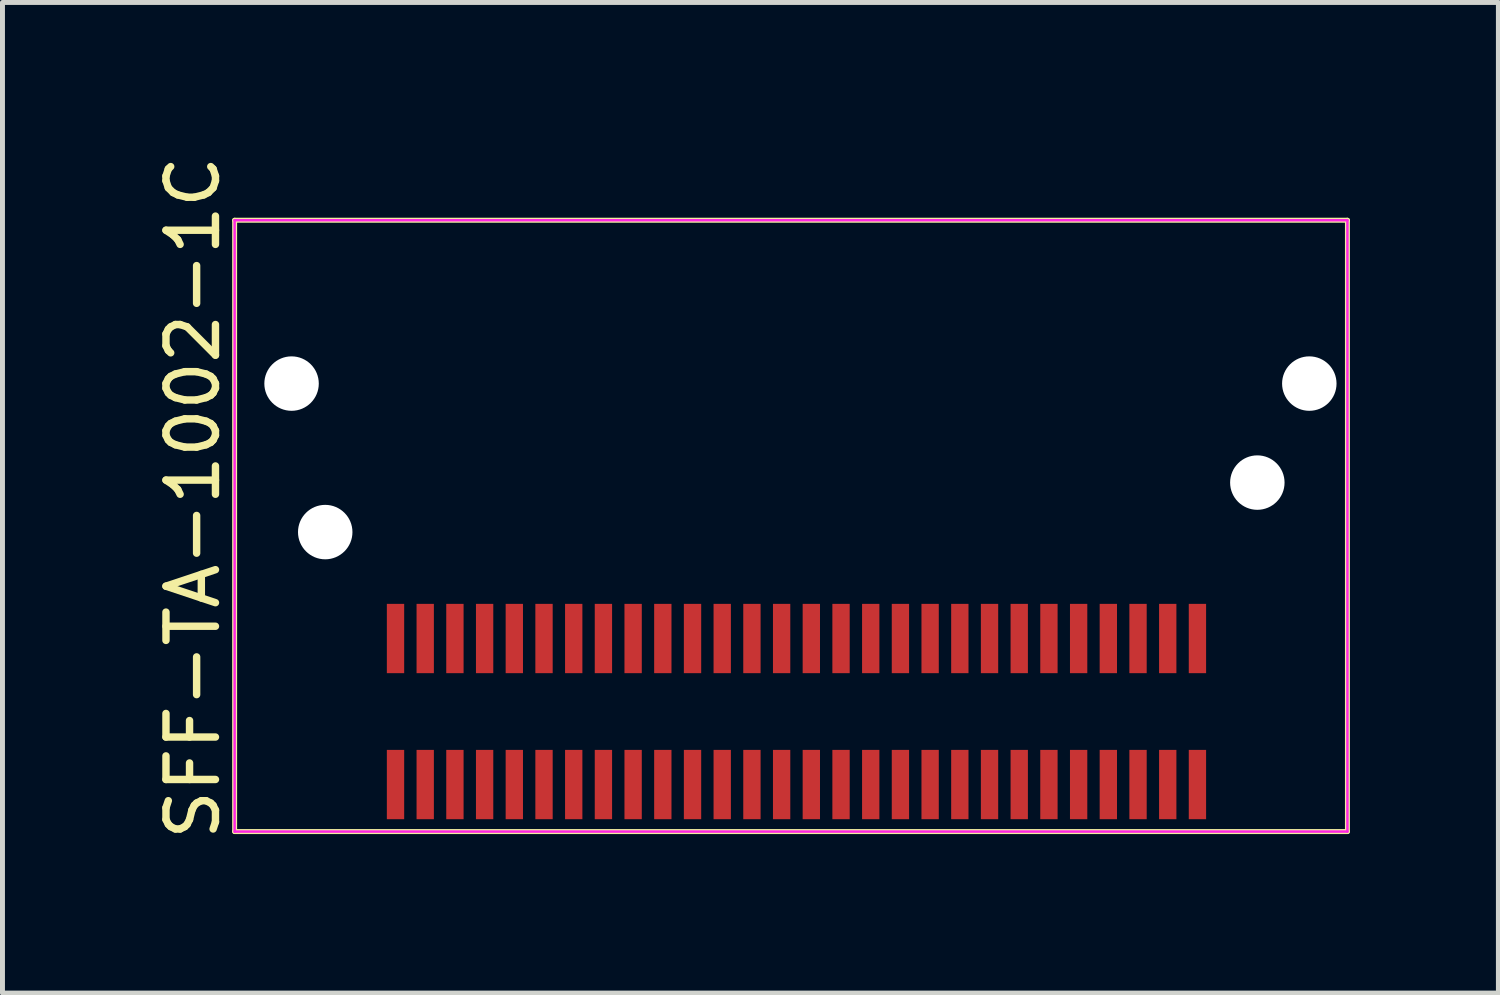
<source format=kicad_pcb>
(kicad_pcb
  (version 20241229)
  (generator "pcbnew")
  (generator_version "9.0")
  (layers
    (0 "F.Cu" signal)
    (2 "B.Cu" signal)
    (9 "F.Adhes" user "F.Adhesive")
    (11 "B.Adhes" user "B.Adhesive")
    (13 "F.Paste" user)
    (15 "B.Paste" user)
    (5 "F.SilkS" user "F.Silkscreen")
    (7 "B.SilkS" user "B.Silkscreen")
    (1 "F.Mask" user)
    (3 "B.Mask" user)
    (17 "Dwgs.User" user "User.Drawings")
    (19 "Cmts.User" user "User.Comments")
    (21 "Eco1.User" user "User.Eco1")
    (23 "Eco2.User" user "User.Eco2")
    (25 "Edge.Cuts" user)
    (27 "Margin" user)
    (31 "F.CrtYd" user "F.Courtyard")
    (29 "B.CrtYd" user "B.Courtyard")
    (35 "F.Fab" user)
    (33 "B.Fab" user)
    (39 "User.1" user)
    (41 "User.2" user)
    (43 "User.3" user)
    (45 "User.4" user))
  (footprint "SFF-TA-1002-1C"
    (layer "F.Cu")
    (at 13.04 11.324)
    (property "Reference" "SFF-TA-1002-1C" (at -12.192 -4.318 90) (layer "F.SilkS") (effects (font (size 1 1) (thickness 0.15))))
    (attr smd)
    (fp_line (start -11.35 -9.925) (end 11.13 -9.925) (stroke (width 0.1) (type solid)) (layer "F.SilkS"))
    (fp_line (start -11.35 2.425) (end -11.35 -9.925) (stroke (width 0.1) (type solid)) (layer "F.SilkS"))
    (fp_line (start 11.13 -9.925) (end 11.13 2.425) (stroke (width 0.1) (type solid)) (layer "F.SilkS"))
    (fp_line (start 11.13 2.425) (end -11.35 2.425) (stroke (width 0.1) (type solid)) (layer "F.SilkS"))
    (fp_line (start -11.35 -9.925) (end 11.13 -9.925) (stroke (width 0.05) (type solid)) (layer "F.CrtYd"))
    (fp_line (start -11.35 2.425) (end -11.35 -9.925) (stroke (width 0.05) (type solid)) (layer "F.CrtYd"))
    (fp_line (start 11.13 -9.925) (end 11.13 2.425) (stroke (width 0.05) (type solid)) (layer "F.CrtYd"))
    (fp_line (start 11.13 2.425) (end -11.35 2.425) (stroke (width 0.05) (type solid)) (layer "F.CrtYd"))
    (pad "" np_thru_hole circle (at -10.2 -6.625) (size 1.1 1.1) (drill 1.1) (layers "*.Cu" "*.Mask"))
    (pad "" np_thru_hole circle (at -9.52 -3.625) (size 1.1 1.1) (drill 1.1) (layers "*.Cu" "*.Mask"))
    (pad "" np_thru_hole circle (at 9.31 -4.625) (size 1.1 1.1) (drill 1.1) (layers "*.Cu" "*.Mask"))
    (pad "" np_thru_hole circle (at 10.36 -6.625) (size 1.1 1.1) (drill 1.1) (layers "*.Cu" "*.Mask"))
    (pad "A1" smd rect (at -8.1 -1.475) (size 0.35 1.4) (layers "F.Cu" "F.Mask" "F.Paste"))
    (pad "A2" smd rect (at -7.5 -1.475) (size 0.35 1.4) (layers "F.Cu" "F.Mask" "F.Paste"))
    (pad "A3" smd rect (at -6.9 -1.475) (size 0.35 1.4) (layers "F.Cu" "F.Mask" "F.Paste"))
    (pad "A4" smd rect (at -6.3 -1.475) (size 0.35 1.4) (layers "F.Cu" "F.Mask" "F.Paste"))
    (pad "A5" smd rect (at -5.7 -1.475) (size 0.35 1.4) (layers "F.Cu" "F.Mask" "F.Paste"))
    (pad "A6" smd rect (at -5.1 -1.475) (size 0.35 1.4) (layers "F.Cu" "F.Mask" "F.Paste"))
    (pad "A7" smd rect (at -4.5 -1.475) (size 0.35 1.4) (layers "F.Cu" "F.Mask" "F.Paste"))
    (pad "A8" smd rect (at -3.9 -1.475) (size 0.35 1.4) (layers "F.Cu" "F.Mask" "F.Paste"))
    (pad "A9" smd rect (at -3.3 -1.475) (size 0.35 1.4) (layers "F.Cu" "F.Mask" "F.Paste"))
    (pad "A10" smd rect (at -2.7 -1.475) (size 0.35 1.4) (layers "F.Cu" "F.Mask" "F.Paste"))
    (pad "A11" smd rect (at -2.1 -1.475) (size 0.35 1.4) (layers "F.Cu" "F.Mask" "F.Paste"))
    (pad "A12" smd rect (at -1.5 -1.475) (size 0.35 1.4) (layers "F.Cu" "F.Mask" "F.Paste"))
    (pad "A13" smd rect (at -0.9 -1.475) (size 0.35 1.4) (layers "F.Cu" "F.Mask" "F.Paste"))
    (pad "A14" smd rect (at -0.3 -1.475) (size 0.35 1.4) (layers "F.Cu" "F.Mask" "F.Paste"))
    (pad "A15" smd rect (at 0.3 -1.475) (size 0.35 1.4) (layers "F.Cu" "F.Mask" "F.Paste"))
    (pad "A16" smd rect (at 0.9 -1.475) (size 0.35 1.4) (layers "F.Cu" "F.Mask" "F.Paste"))
    (pad "A17" smd rect (at 1.5 -1.475) (size 0.35 1.4) (layers "F.Cu" "F.Mask" "F.Paste"))
    (pad "A18" smd rect (at 2.1 -1.475) (size 0.35 1.4) (layers "F.Cu" "F.Mask" "F.Paste"))
    (pad "A19" smd rect (at 2.7 -1.475) (size 0.35 1.4) (layers "F.Cu" "F.Mask" "F.Paste"))
    (pad "A20" smd rect (at 3.3 -1.475) (size 0.35 1.4) (layers "F.Cu" "F.Mask" "F.Paste"))
    (pad "A21" smd rect (at 3.9 -1.475) (size 0.35 1.4) (layers "F.Cu" "F.Mask" "F.Paste"))
    (pad "A22" smd rect (at 4.5 -1.475) (size 0.35 1.4) (layers "F.Cu" "F.Mask" "F.Paste"))
    (pad "A23" smd rect (at 5.1 -1.475) (size 0.35 1.4) (layers "F.Cu" "F.Mask" "F.Paste"))
    (pad "A24" smd rect (at 5.7 -1.475) (size 0.35 1.4) (layers "F.Cu" "F.Mask" "F.Paste"))
    (pad "A25" smd rect (at 6.3 -1.475) (size 0.35 1.4) (layers "F.Cu" "F.Mask" "F.Paste"))
    (pad "A26" smd rect (at 6.9 -1.475) (size 0.35 1.4) (layers "F.Cu" "F.Mask" "F.Paste"))
    (pad "A27" smd rect (at 7.5 -1.475) (size 0.35 1.4) (layers "F.Cu" "F.Mask" "F.Paste"))
    (pad "A28" smd rect (at 8.1 -1.475) (size 0.35 1.4) (layers "F.Cu" "F.Mask" "F.Paste"))
    (pad "B1" smd rect (at -8.1 1.475) (size 0.35 1.4) (layers "F.Cu" "F.Mask" "F.Paste"))
    (pad "B2" smd rect (at -7.5 1.475) (size 0.35 1.4) (layers "F.Cu" "F.Mask" "F.Paste"))
    (pad "B3" smd rect (at -6.9 1.475) (size 0.35 1.4) (layers "F.Cu" "F.Mask" "F.Paste"))
    (pad "B4" smd rect (at -6.3 1.475) (size 0.35 1.4) (layers "F.Cu" "F.Mask" "F.Paste"))
    (pad "B5" smd rect (at -5.7 1.475) (size 0.35 1.4) (layers "F.Cu" "F.Mask" "F.Paste"))
    (pad "B6" smd rect (at -5.1 1.475) (size 0.35 1.4) (layers "F.Cu" "F.Mask" "F.Paste"))
    (pad "B7" smd rect (at -4.5 1.475) (size 0.35 1.4) (layers "F.Cu" "F.Mask" "F.Paste"))
    (pad "B8" smd rect (at -3.9 1.475) (size 0.35 1.4) (layers "F.Cu" "F.Mask" "F.Paste"))
    (pad "B9" smd rect (at -3.3 1.475) (size 0.35 1.4) (layers "F.Cu" "F.Mask" "F.Paste"))
    (pad "B10" smd rect (at -2.7 1.475) (size 0.35 1.4) (layers "F.Cu" "F.Mask" "F.Paste"))
    (pad "B11" smd rect (at -2.1 1.475) (size 0.35 1.4) (layers "F.Cu" "F.Mask" "F.Paste"))
    (pad "B12" smd rect (at -1.5 1.475) (size 0.35 1.4) (layers "F.Cu" "F.Mask" "F.Paste"))
    (pad "B13" smd rect (at -0.9 1.475) (size 0.35 1.4) (layers "F.Cu" "F.Mask" "F.Paste"))
    (pad "B14" smd rect (at -0.3 1.475) (size 0.35 1.4) (layers "F.Cu" "F.Mask" "F.Paste"))
    (pad "B15" smd rect (at 0.3 1.475) (size 0.35 1.4) (layers "F.Cu" "F.Mask" "F.Paste"))
    (pad "B16" smd rect (at 0.9 1.475) (size 0.35 1.4) (layers "F.Cu" "F.Mask" "F.Paste"))
    (pad "B17" smd rect (at 1.5 1.475) (size 0.35 1.4) (layers "F.Cu" "F.Mask" "F.Paste"))
    (pad "B18" smd rect (at 2.1 1.475) (size 0.35 1.4) (layers "F.Cu" "F.Mask" "F.Paste"))
    (pad "B19" smd rect (at 2.7 1.475) (size 0.35 1.4) (layers "F.Cu" "F.Mask" "F.Paste"))
    (pad "B20" smd rect (at 3.3 1.475) (size 0.35 1.4) (layers "F.Cu" "F.Mask" "F.Paste"))
    (pad "B21" smd rect (at 3.9 1.475) (size 0.35 1.4) (layers "F.Cu" "F.Mask" "F.Paste"))
    (pad "B22" smd rect (at 4.5 1.475) (size 0.35 1.4) (layers "F.Cu" "F.Mask" "F.Paste"))
    (pad "B23" smd rect (at 5.1 1.475) (size 0.35 1.4) (layers "F.Cu" "F.Mask" "F.Paste"))
    (pad "B24" smd rect (at 5.7 1.475) (size 0.35 1.4) (layers "F.Cu" "F.Mask" "F.Paste"))
    (pad "B25" smd rect (at 6.3 1.475) (size 0.35 1.4) (layers "F.Cu" "F.Mask" "F.Paste"))
    (pad "B26" smd rect (at 6.9 1.475) (size 0.35 1.4) (layers "F.Cu" "F.Mask" "F.Paste"))
    (pad "B27" smd rect (at 7.5 1.475) (size 0.35 1.4) (layers "F.Cu" "F.Mask" "F.Paste"))
    (pad "B28" smd rect (at 8.1 1.475) (size 0.35 1.4) (layers "F.Cu" "F.Mask" "F.Paste")))
  (gr_rect
    (start -3 -3)
    (end 27.22 17.012)
    (stroke (width 0.1) (type default))
    (fill no)
    (layer "Edge.Cuts")))
</source>
